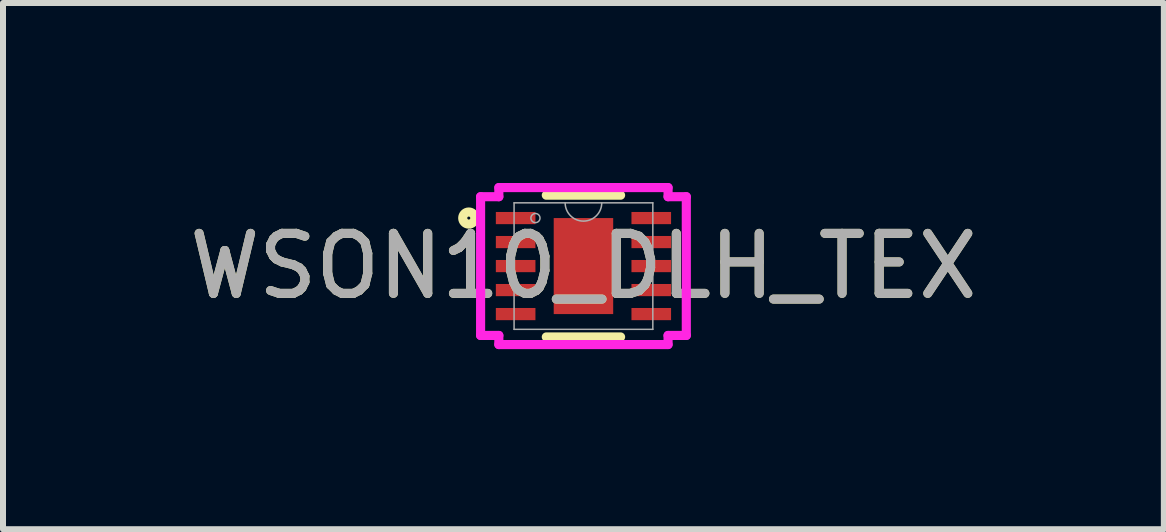
<source format=kicad_pcb>
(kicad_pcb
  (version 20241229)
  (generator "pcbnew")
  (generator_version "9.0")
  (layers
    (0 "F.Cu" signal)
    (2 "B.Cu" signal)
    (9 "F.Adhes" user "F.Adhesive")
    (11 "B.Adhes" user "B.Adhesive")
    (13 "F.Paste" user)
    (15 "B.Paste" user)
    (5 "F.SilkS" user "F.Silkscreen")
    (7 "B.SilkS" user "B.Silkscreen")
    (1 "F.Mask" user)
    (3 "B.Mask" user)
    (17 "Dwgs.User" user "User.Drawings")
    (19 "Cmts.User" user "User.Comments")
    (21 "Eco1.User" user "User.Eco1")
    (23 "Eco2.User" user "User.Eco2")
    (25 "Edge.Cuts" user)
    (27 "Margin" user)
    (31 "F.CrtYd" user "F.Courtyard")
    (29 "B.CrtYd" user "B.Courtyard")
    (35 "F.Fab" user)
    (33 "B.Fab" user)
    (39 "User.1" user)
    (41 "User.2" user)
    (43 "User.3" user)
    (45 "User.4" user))
  (footprint "WSON10_DLH_TEX"
    (layer "F.Cu")
    (at 6.673 1.384)
    (property "Reference" "WSON10_DLH_TEX" (at 0 0 0) (unlocked yes) (layer "F.SilkS") (effects (font (size 1 1) (thickness 0.15))))
    (attr smd)
    (fp_line (start -0.619 1.181) (end 0.619 1.181) (stroke (width 0.152) (type solid)) (layer "F.SilkS"))
    (fp_line (start 0.619 -1.181) (end -0.619 -1.181) (stroke (width 0.152) (type solid)) (layer "F.SilkS"))
    (fp_circle (center -1.911 -0.8) (end -1.81 -0.8) (stroke (width 0.152) (type solid)) (fill no) (layer "F.SilkS"))
    (fp_line (start -1.714 -1.156) (end -1.41 -1.156) (stroke (width 0.152) (type solid)) (layer "F.CrtYd"))
    (fp_line (start -1.714 1.156) (end -1.714 -1.156) (stroke (width 0.152) (type solid)) (layer "F.CrtYd"))
    (fp_line (start -1.714 1.156) (end -1.41 1.156) (stroke (width 0.152) (type solid)) (layer "F.CrtYd"))
    (fp_line (start -1.41 -1.308) (end 1.41 -1.308) (stroke (width 0.152) (type solid)) (layer "F.CrtYd"))
    (fp_line (start -1.41 -1.156) (end -1.41 -1.308) (stroke (width 0.152) (type solid)) (layer "F.CrtYd"))
    (fp_line (start -1.41 1.308) (end -1.41 1.156) (stroke (width 0.152) (type solid)) (layer "F.CrtYd"))
    (fp_line (start 1.41 -1.308) (end 1.41 -1.156) (stroke (width 0.152) (type solid)) (layer "F.CrtYd"))
    (fp_line (start 1.41 1.156) (end 1.41 1.308) (stroke (width 0.152) (type solid)) (layer "F.CrtYd"))
    (fp_line (start 1.41 1.308) (end -1.41 1.308) (stroke (width 0.152) (type solid)) (layer "F.CrtYd"))
    (fp_line (start 1.714 -1.156) (end 1.41 -1.156) (stroke (width 0.152) (type solid)) (layer "F.CrtYd"))
    (fp_line (start 1.714 -1.156) (end 1.714 1.156) (stroke (width 0.152) (type solid)) (layer "F.CrtYd"))
    (fp_line (start 1.714 1.156) (end 1.41 1.156) (stroke (width 0.152) (type solid)) (layer "F.CrtYd"))
    (fp_line (start -1.156 -1.054) (end -1.156 1.054) (stroke (width 0.025) (type solid)) (layer "F.Fab"))
    (fp_line (start -1.156 1.054) (end 1.156 1.054) (stroke (width 0.025) (type solid)) (layer "F.Fab"))
    (fp_line (start 1.156 -1.054) (end -1.156 -1.054) (stroke (width 0.025) (type solid)) (layer "F.Fab"))
    (fp_line (start 1.156 1.054) (end 1.156 -1.054) (stroke (width 0.025) (type solid)) (layer "F.Fab"))
    (fp_arc (start 0.3048 -1.0541) (mid 0 -0.7493) (end -0.3048 -1.0541) (stroke (width 0.0254) (type solid)) (layer "F.Fab"))
    (fp_circle (center -0.8 -0.8) (end -0.724 -0.8) (stroke (width 0.025) (type solid)) (fill no) (layer "F.Fab"))
    (fp_text user "${REFERENCE}" (at 0 0 0) (unlocked yes) (layer "F.Fab") (effects (font (size 1 1) (thickness 0.15))))
    (pad "1" smd rect (at -1.13 -0.8) (size 0.66 0.203) (layers "F.Cu" "F.Mask" "F.Paste"))
    (pad "2" smd rect (at -1.13 -0.4) (size 0.66 0.203) (layers "F.Cu" "F.Mask" "F.Paste"))
    (pad "3" smd rect (at -1.13 0) (size 0.66 0.203) (layers "F.Cu" "F.Mask" "F.Paste"))
    (pad "4" smd rect (at -1.13 0.4) (size 0.66 0.203) (layers "F.Cu" "F.Mask" "F.Paste"))
    (pad "5" smd rect (at -1.13 0.8) (size 0.66 0.203) (layers "F.Cu" "F.Mask" "F.Paste"))
    (pad "6" smd rect (at 1.13 0.8) (size 0.66 0.203) (layers "F.Cu" "F.Mask" "F.Paste"))
    (pad "7" smd rect (at 1.13 0.4) (size 0.66 0.203) (layers "F.Cu" "F.Mask" "F.Paste"))
    (pad "8" smd rect (at 1.13 0) (size 0.66 0.203) (layers "F.Cu" "F.Mask" "F.Paste"))
    (pad "9" smd rect (at 1.13 -0.4) (size 0.66 0.203) (layers "F.Cu" "F.Mask" "F.Paste"))
    (pad "10" smd rect (at 1.13 -0.8) (size 0.66 0.203) (layers "F.Cu" "F.Mask" "F.Paste"))
    (pad "11" smd rect (at 0 0) (size 0.991 1.6) (layers "F.Cu" "F.Mask" "F.Paste")))
  (gr_rect
    (start -3 -3)
    (end 16.345 5.769)
    (stroke (width 0.1) (type default))
    (fill no)
    (layer "Edge.Cuts")))
</source>
